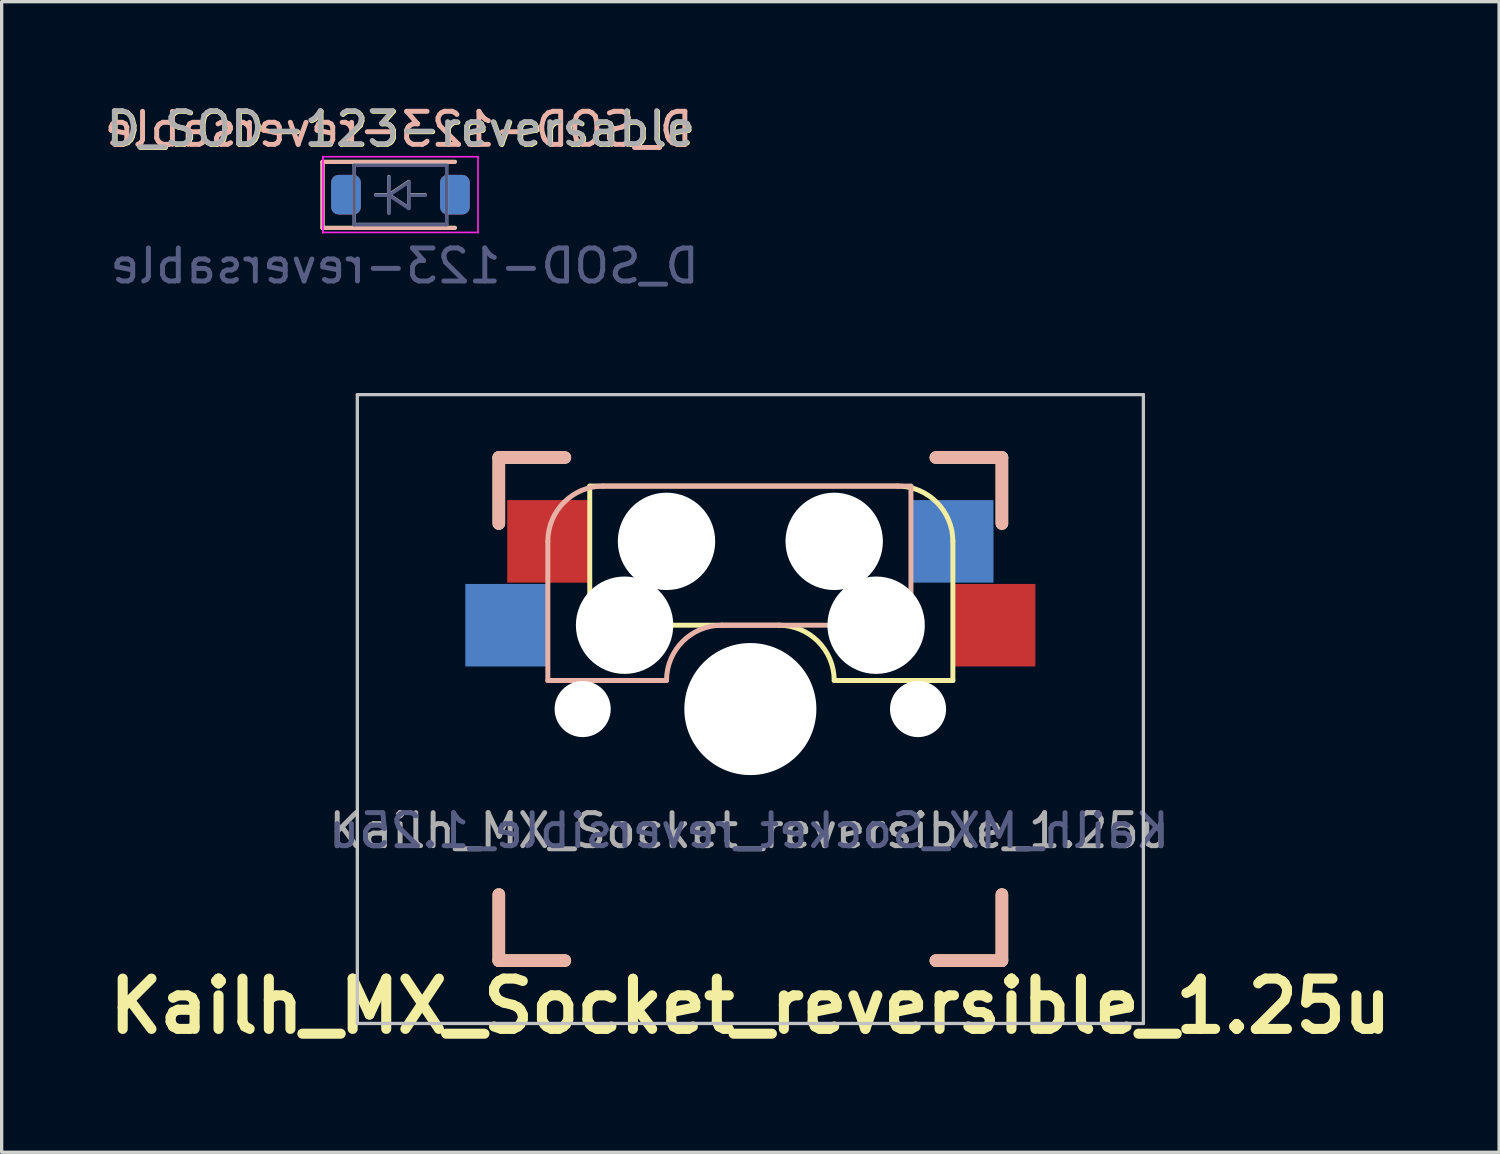
<source format=kicad_pcb>
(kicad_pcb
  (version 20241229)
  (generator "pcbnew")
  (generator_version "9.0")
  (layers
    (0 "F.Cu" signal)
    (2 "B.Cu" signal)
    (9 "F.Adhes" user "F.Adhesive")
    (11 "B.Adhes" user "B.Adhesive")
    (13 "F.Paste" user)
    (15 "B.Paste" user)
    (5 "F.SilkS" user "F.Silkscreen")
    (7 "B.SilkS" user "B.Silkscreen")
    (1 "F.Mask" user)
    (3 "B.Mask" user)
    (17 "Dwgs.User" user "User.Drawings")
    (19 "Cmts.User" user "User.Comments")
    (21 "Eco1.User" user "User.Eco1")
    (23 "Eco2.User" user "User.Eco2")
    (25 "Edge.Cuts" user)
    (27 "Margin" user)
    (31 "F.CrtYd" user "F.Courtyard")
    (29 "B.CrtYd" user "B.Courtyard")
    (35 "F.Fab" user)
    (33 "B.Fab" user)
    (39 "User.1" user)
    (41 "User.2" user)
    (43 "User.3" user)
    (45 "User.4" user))
  (footprint "Kailh_MX_Socket_reversible_1.25u"
    (layer "F.Cu")
    (at 19.681 18.43)
    (property "Reference" "Kailh_MX_Socket_reversible_1.25u" (at 0 9 0) (layer "F.SilkS") (effects (font (size 1.524 1.524) (thickness 0.305))))
    (attr through_hole)
    (fp_line (start -7.62 -7.62) (end -5.62 -7.62) (stroke (width 0.381) (type solid)) (layer "F.SilkS"))
    (fp_line (start -7.62 -5.62) (end -7.62 -7.62) (stroke (width 0.381) (type solid)) (layer "F.SilkS"))
    (fp_line (start -7.62 5.62) (end -7.62 7.62) (stroke (width 0.381) (type solid)) (layer "F.SilkS"))
    (fp_line (start -7.62 7.62) (end -5.62 7.62) (stroke (width 0.381) (type solid)) (layer "F.SilkS"))
    (fp_line (start -4.865 -6.75) (end -4.865 -2.54) (stroke (width 0.15) (type solid)) (layer "F.SilkS"))
    (fp_line (start 0.865 -2.54) (end -4.865 -2.54) (stroke (width 0.15) (type solid)) (layer "F.SilkS"))
    (fp_line (start 4.46 -6.755) (end -4.865 -6.755) (stroke (width 0.15) (type solid)) (layer "F.SilkS"))
    (fp_line (start 5.62 -7.62) (end 7.62 -7.62) (stroke (width 0.381) (type solid)) (layer "F.SilkS"))
    (fp_line (start 5.62 7.62) (end 7.62 7.62) (stroke (width 0.381) (type solid)) (layer "F.SilkS"))
    (fp_line (start 6.135 -5.08) (end 6.135 -0.865) (stroke (width 0.15) (type solid)) (layer "F.SilkS"))
    (fp_line (start 6.135 -0.865) (end 2.54 -0.865) (stroke (width 0.15) (type solid)) (layer "F.SilkS"))
    (fp_line (start 7.62 -7.62) (end 7.62 -5.62) (stroke (width 0.381) (type solid)) (layer "F.SilkS"))
    (fp_line (start 7.62 5.62) (end 7.62 7.62) (stroke (width 0.381) (type solid)) (layer "F.SilkS"))
    (fp_arc (start 0.865 -2.54) (mid 2.049404 -2.049404) (end 2.54 -0.865) (stroke (width 0.15) (type solid)) (layer "F.SilkS"))
    (fp_arc (start 4.46 -6.755) (mid 5.644404 -6.264404) (end 6.135 -5.08) (stroke (width 0.15) (type solid)) (layer "F.SilkS"))
    (fp_line (start -7.62 -7.62) (end -7.62 -5.62) (stroke (width 0.381) (type solid)) (layer "B.SilkS"))
    (fp_line (start -7.62 5.62) (end -7.62 7.62) (stroke (width 0.381) (type solid)) (layer "B.SilkS"))
    (fp_line (start -6.135 -5.08) (end -6.135 -0.865) (stroke (width 0.15) (type solid)) (layer "B.SilkS"))
    (fp_line (start -6.135 -0.865) (end -2.54 -0.865) (stroke (width 0.15) (type solid)) (layer "B.SilkS"))
    (fp_line (start -5.62 -7.62) (end -7.62 -7.62) (stroke (width 0.381) (type solid)) (layer "B.SilkS"))
    (fp_line (start -5.62 7.62) (end -7.62 7.62) (stroke (width 0.381) (type solid)) (layer "B.SilkS"))
    (fp_line (start -4.46 -6.755) (end 4.865 -6.755) (stroke (width 0.15) (type solid)) (layer "B.SilkS"))
    (fp_line (start -0.865 -2.54) (end 4.865 -2.54) (stroke (width 0.15) (type solid)) (layer "B.SilkS"))
    (fp_line (start 4.865 -6.75) (end 4.865 -2.54) (stroke (width 0.15) (type solid)) (layer "B.SilkS"))
    (fp_line (start 7.62 -7.62) (end 5.62 -7.62) (stroke (width 0.381) (type solid)) (layer "B.SilkS"))
    (fp_line (start 7.62 -5.62) (end 7.62 -7.62) (stroke (width 0.381) (type solid)) (layer "B.SilkS"))
    (fp_line (start 7.62 5.62) (end 7.62 7.62) (stroke (width 0.381) (type solid)) (layer "B.SilkS"))
    (fp_line (start 7.62 7.62) (end 5.62 7.62) (stroke (width 0.381) (type solid)) (layer "B.SilkS"))
    (fp_arc (start -6.135 -5.08) (mid -5.644404 -6.264404) (end -4.46 -6.755) (stroke (width 0.15) (type solid)) (layer "B.SilkS"))
    (fp_arc (start -2.54 -0.865) (mid -2.049404 -2.049404) (end -0.865 -2.54) (stroke (width 0.15) (type solid)) (layer "B.SilkS"))
    (fp_line (start -11.906 -9.525) (end -11.906 9.525) (stroke (width 0.1) (type solid)) (layer "Dwgs.User"))
    (fp_line (start -11.906 9.525) (end 11.906 9.525) (stroke (width 0.1) (type solid)) (layer "Dwgs.User"))
    (fp_line (start 11.906 -9.525) (end -11.906 -9.525) (stroke (width 0.1) (type solid)) (layer "Dwgs.User"))
    (fp_line (start 11.906 9.525) (end 11.906 -9.525) (stroke (width 0.1) (type solid)) (layer "Dwgs.User"))
    (fp_text user "${REFERENCE}" (at -0.039 3.683 0) (layer "B.Fab") (effects (font (size 1 1) (thickness 0.15)) (justify mirror)))
    (fp_text user "${REFERENCE}" (at -0.039 3.683 0) (layer "F.Fab") (effects (font (size 1 1) (thickness 0.15))))
    (pad "" np_thru_hole circle (at -5.08 0) (size 1.7 1.7) (drill 1.7) (layers "*.Cu" "*.Mask"))
    (pad "" np_thru_hole circle (at -3.81 -2.54) (size 2.95 2.95) (drill 2.95) (layers "*.Cu" "*.Mask"))
    (pad "" np_thru_hole circle (at -2.54 -5.08) (size 2.95 2.95) (drill 2.95) (layers "*.Cu" "*.Mask"))
    (pad "" np_thru_hole circle (at 0 0) (size 4 4) (drill 4) (layers "*.Cu" "*.Mask"))
    (pad "" np_thru_hole circle (at 2.54 -5.08) (size 2.95 2.95) (drill 2.95) (layers "*.Cu" "*.Mask"))
    (pad "" np_thru_hole circle (at 3.81 -2.54) (size 2.95 2.95) (drill 2.95) (layers "*.Cu" "*.Mask"))
    (pad "" np_thru_hole circle (at 5.08 0) (size 1.7 1.7) (drill 1.7) (layers "*.Cu" "*.Mask"))
    (pad "1" smd rect (at -7.36 -2.54) (size 2.55 2.5) (layers "B.Cu" "B.Mask" "B.Paste"))
    (pad "1" smd rect (at 7.36 -2.54) (size 2.55 2.5) (layers "F.Cu" "F.Mask" "F.Paste"))
    (pad "2" smd rect (at -6.09 -5.08) (size 2.55 2.5) (layers "F.Cu" "F.Mask" "F.Paste"))
    (pad "2" smd rect (at 6.09 -5.08) (size 2.55 2.5) (layers "B.Cu" "B.Mask" "B.Paste")))
  (footprint "D_SOD-123-reversable"
    (layer "F.Cu")
    (at 9.081 2.848)
    (property "Reference" "D_SOD-123-reversable" (at 0.025 -1.981 0) (layer "F.SilkS") (effects (font (size 1 1) (thickness 0.15))))
    (property "Value" "D_SOD-123-reversable" (at 0 2.1 0) (layer "F.Fab") (hide yes) (effects (font (size 1 1) (thickness 0.15))))
    (attr smd)
    (fp_line (start -2.36 -1) (end -2.36 1) (stroke (width 0.12) (type solid)) (layer "F.SilkS"))
    (fp_line (start -2.36 -1) (end 1.65 -1) (stroke (width 0.12) (type solid)) (layer "F.SilkS"))
    (fp_line (start -2.36 1) (end 1.65 1) (stroke (width 0.12) (type solid)) (layer "F.SilkS"))
    (fp_line (start -2.362 -0.991) (end -2.362 1.009) (stroke (width 0.12) (type solid)) (layer "B.SilkS"))
    (fp_line (start -2.362 -0.991) (end 1.648 -0.991) (stroke (width 0.12) (type solid)) (layer "B.SilkS"))
    (fp_line (start -2.362 1.009) (end 1.648 1.009) (stroke (width 0.12) (type solid)) (layer "B.SilkS"))
    (fp_line (start -2.35 -1.15) (end -2.35 1.15) (stroke (width 0.05) (type solid)) (layer "F.CrtYd"))
    (fp_line (start -2.35 -1.15) (end -2.35 1.15) (stroke (width 0.05) (type solid)) (layer "F.CrtYd"))
    (fp_line (start -2.35 -1.15) (end 2.35 -1.15) (stroke (width 0.05) (type solid)) (layer "F.CrtYd"))
    (fp_line (start 2.35 -1.15) (end 2.35 1.15) (stroke (width 0.05) (type solid)) (layer "F.CrtYd"))
    (fp_line (start 2.35 1.143) (end -2.35 1.143) (stroke (width 0.05) (type solid)) (layer "F.CrtYd"))
    (fp_line (start -1.403 -0.889) (end -1.403 0.911) (stroke (width 0.1) (type solid)) (layer "B.Fab"))
    (fp_line (start -1.403 0.911) (end 1.397 0.911) (stroke (width 0.1) (type solid)) (layer "B.Fab"))
    (fp_line (start -0.746 0.019) (end -0.346 0.019) (stroke (width 0.1) (type solid)) (layer "B.Fab"))
    (fp_line (start -0.346 0.019) (end -0.346 -0.531) (stroke (width 0.1) (type solid)) (layer "B.Fab"))
    (fp_line (start -0.346 0.019) (end -0.346 0.569) (stroke (width 0.1) (type solid)) (layer "B.Fab"))
    (fp_line (start -0.346 0.019) (end 0.254 -0.381) (stroke (width 0.1) (type solid)) (layer "B.Fab"))
    (fp_line (start 0.254 -0.381) (end 0.254 0.419) (stroke (width 0.1) (type solid)) (layer "B.Fab"))
    (fp_line (start 0.254 0.019) (end 0.754 0.019) (stroke (width 0.1) (type solid)) (layer "B.Fab"))
    (fp_line (start 0.254 0.419) (end -0.346 0.019) (stroke (width 0.1) (type solid)) (layer "B.Fab"))
    (fp_line (start 1.397 -0.889) (end -1.403 -0.889) (stroke (width 0.1) (type solid)) (layer "B.Fab"))
    (fp_line (start 1.397 0.911) (end 1.397 -0.889) (stroke (width 0.1) (type solid)) (layer "B.Fab"))
    (fp_line (start -1.4 -0.9) (end 1.4 -0.9) (stroke (width 0.1) (type solid)) (layer "F.Fab"))
    (fp_line (start -1.4 0.9) (end -1.4 -0.9) (stroke (width 0.1) (type solid)) (layer "F.Fab"))
    (fp_line (start -0.75 0) (end -0.35 0) (stroke (width 0.1) (type solid)) (layer "F.Fab"))
    (fp_line (start -0.35 0) (end -0.35 -0.55) (stroke (width 0.1) (type solid)) (layer "F.Fab"))
    (fp_line (start -0.35 0) (end -0.35 0.55) (stroke (width 0.1) (type solid)) (layer "F.Fab"))
    (fp_line (start -0.35 0) (end 0.25 -0.4) (stroke (width 0.1) (type solid)) (layer "F.Fab"))
    (fp_line (start 0.25 -0.4) (end 0.25 0.4) (stroke (width 0.1) (type solid)) (layer "F.Fab"))
    (fp_line (start 0.25 0) (end 0.75 0) (stroke (width 0.1) (type solid)) (layer "F.Fab"))
    (fp_line (start 0.25 0.4) (end -0.35 0) (stroke (width 0.1) (type solid)) (layer "F.Fab"))
    (fp_line (start 1.4 -0.9) (end 1.4 0.9) (stroke (width 0.1) (type solid)) (layer "F.Fab"))
    (fp_line (start 1.4 0.9) (end -1.4 0.9) (stroke (width 0.1) (type solid)) (layer "F.Fab"))
    (fp_text user "${REFERENCE}" (at -0.051 -1.981 0) (layer "B.SilkS") (effects (font (size 1 1) (thickness 0.15)) (justify mirror)))
    (fp_text user "${VALUE}" (at 0.127 2.159 0) (layer "B.Fab") (effects (font (size 1 1) (thickness 0.15)) (justify mirror)))
    (fp_text user "${REFERENCE}" (at 0 -2 0) (layer "F.Fab") (effects (font (size 1 1) (thickness 0.15))))
    (pad "1" smd roundrect (at -1.65 0 180) (size 0.9 1.2) (layers "*.Paste" "F.Cu") (roundrect_rratio 0.25))
    (pad "1" smd roundrect (at -1.65 0) (size 0.9 1.2) (layers "*.Paste" "B.Cu") (roundrect_rratio 0.25))
    (pad "2" smd roundrect (at 1.65 0) (size 0.9 1.2) (layers "*.Paste" "F.Cu") (roundrect_rratio 0.25))
    (pad "2" smd roundrect (at 1.65 0) (size 0.9 1.2) (layers "*.Paste" "B.Cu") (roundrect_rratio 0.25)))
  (gr_rect
    (start -3 -3)
    (end 42.363 31.857)
    (stroke (width 0.1) (type default))
    (fill no)
    (layer "Edge.Cuts")))
</source>
